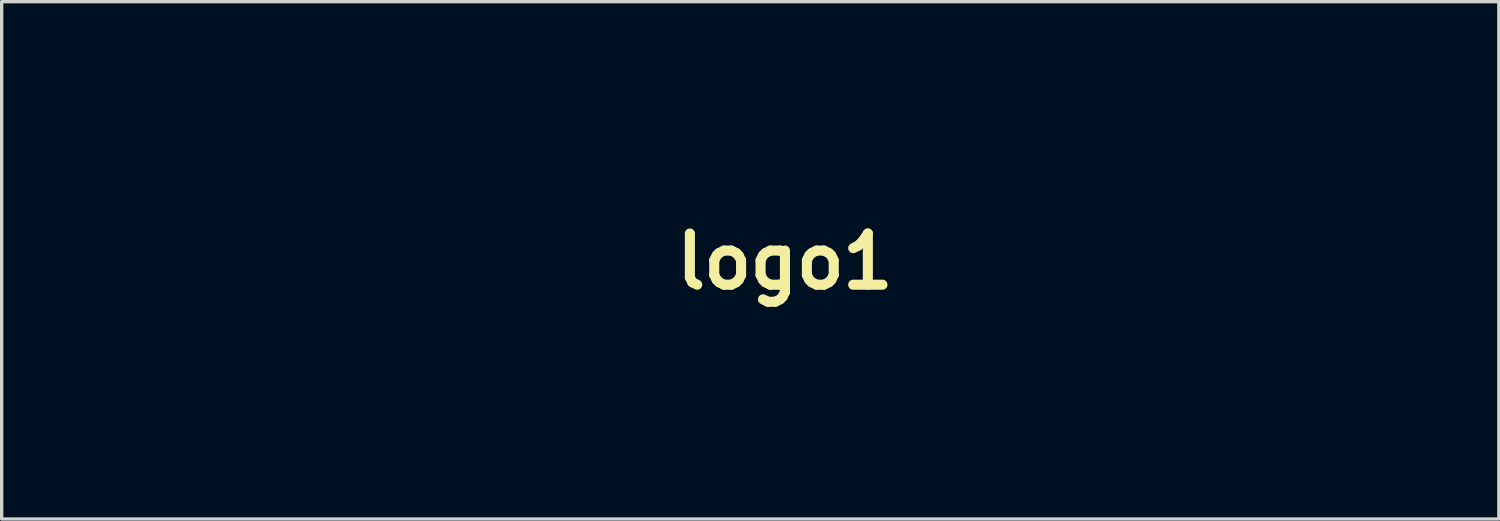
<source format=kicad_pcb>
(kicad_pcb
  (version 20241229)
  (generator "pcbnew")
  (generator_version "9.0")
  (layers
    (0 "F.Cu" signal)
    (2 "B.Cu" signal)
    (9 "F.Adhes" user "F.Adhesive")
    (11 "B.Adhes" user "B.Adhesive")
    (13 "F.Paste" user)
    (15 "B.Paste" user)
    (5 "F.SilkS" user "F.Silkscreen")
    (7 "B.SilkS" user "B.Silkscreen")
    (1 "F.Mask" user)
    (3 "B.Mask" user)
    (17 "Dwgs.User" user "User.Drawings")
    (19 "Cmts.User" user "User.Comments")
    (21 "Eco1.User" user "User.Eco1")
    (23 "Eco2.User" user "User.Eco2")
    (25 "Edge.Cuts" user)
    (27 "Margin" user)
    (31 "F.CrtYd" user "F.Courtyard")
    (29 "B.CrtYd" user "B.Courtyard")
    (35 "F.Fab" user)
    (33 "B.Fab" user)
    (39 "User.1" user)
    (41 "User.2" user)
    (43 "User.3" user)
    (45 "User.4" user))
  (footprint "logo1"
    (layer "F.Cu")
    (at 20.317 4.736)
    (property "Reference" "logo1" (at 0 0 0) (layer "F.SilkS") (effects (font (size 1.524 1.524) (thickness 0.3))))
    (attr through_hole)
    (fp_poly (pts (xy -13.525 -3.385) (xy -12.179 -2.039) (xy -12.373 -1.504) (xy -13.046 -1.5) (xy -13.327 -0.726) (xy -13.608 0.048) (xy -17.293 0.048) (xy -17.406 0.356) (xy -17.43 0.422) (xy -17.452 0.484) (xy -17.472 0.54) (xy -17.489 0.587) (xy -17.503 0.626) (xy -17.513 0.653) (xy -17.517 0.667) (xy -17.518 0.669) (xy -17.51 0.671) (xy -17.489 0.672) (xy -17.454 0.673) (xy -17.409 0.674) (xy -17.354 0.675) (xy -17.291 0.676) (xy -17.223 0.676) (xy -17.185 0.677) (xy -16.853 0.679) (xy -17.573 2.659) (xy -18.294 4.639) (xy -19.303 4.641) (xy -19.428 4.642) (xy -19.549 4.642) (xy -19.664 4.642) (xy -19.773 4.642) (xy -19.875 4.642) (xy -19.968 4.641) (xy -20.052 4.641) (xy -20.126 4.641) (xy -20.189 4.64) (xy -20.24 4.64) (xy -20.278 4.639) (xy -20.303 4.638) (xy -20.312 4.638) (xy -20.312 4.638) (xy -20.309 4.63) (xy -20.301 4.607) (xy -20.289 4.572) (xy -20.271 4.523) (xy -20.249 4.461) (xy -20.222 4.388) (xy -20.192 4.304) (xy -20.157 4.209) (xy -20.119 4.104) (xy -20.078 3.99) (xy -20.033 3.867) (xy -19.986 3.736) (xy -19.935 3.597) (xy -19.882 3.452) (xy -19.827 3.3) (xy -19.77 3.143) (xy -19.711 2.981) (xy -19.65 2.814) (xy -19.603 2.683) (xy -18.893 0.734) (xy -19.226 0.732) (xy -19.56 0.73) (xy -19.555 0.712) (xy -19.552 0.703) (xy -19.543 0.679) (xy -19.53 0.643) (xy -19.512 0.594) (xy -19.49 0.533) (xy -19.465 0.462) (xy -19.435 0.38) (xy -19.402 0.29) (xy -19.367 0.192) (xy -19.328 0.086) (xy -19.287 -0.026) (xy -19.244 -0.144) (xy -19.2 -0.267) (xy -19.154 -0.394) (xy -19.151 -0.401) (xy -18.818 -1.315) (xy -16.796 -1.315) (xy -16.788 -1.314) (xy -16.765 -1.314) (xy -16.728 -1.313) (xy -16.678 -1.313) (xy -16.615 -1.312) (xy -16.54 -1.312) (xy -16.454 -1.311) (xy -16.359 -1.311) (xy -16.254 -1.311) (xy -16.141 -1.31) (xy -16.02 -1.31) (xy -15.893 -1.31) (xy -15.759 -1.31) (xy -15.621 -1.31) (xy -15.504 -1.31) (xy -14.212 -1.31) (xy -14.402 -1.5) (xy -13.641 -1.5) (xy -14.525 -2.385) (xy -14.624 -2.484) (xy -14.72 -2.579) (xy -14.812 -2.671) (xy -14.9 -2.758) (xy -14.983 -2.841) (xy -15.06 -2.918) (xy -15.132 -2.989) (xy -15.197 -3.053) (xy -15.255 -3.109) (xy -15.304 -3.158) (xy -15.346 -3.199) (xy -15.378 -3.23) (xy -15.401 -3.251) (xy -15.413 -3.263) (xy -15.415 -3.264) (xy -15.419 -3.256) (xy -15.427 -3.234) (xy -15.44 -3.199) (xy -15.458 -3.152) (xy -15.479 -3.093) (xy -15.504 -3.025) (xy -15.533 -2.947) (xy -15.565 -2.86) (xy -15.599 -2.766) (xy -15.635 -2.666) (xy -15.674 -2.56) (xy -15.714 -2.449) (xy -15.736 -2.389) (xy -15.777 -2.276) (xy -15.817 -2.168) (xy -15.854 -2.064) (xy -15.89 -1.966) (xy -15.923 -1.876) (xy -15.953 -1.793) (xy -15.98 -1.719) (xy -16.003 -1.654) (xy -16.023 -1.601) (xy -16.038 -1.558) (xy -16.049 -1.529) (xy -16.055 -1.513) (xy -16.056 -1.51) (xy -16.06 -1.508) (xy -16.072 -1.505) (xy -16.092 -1.504) (xy -16.121 -1.502) (xy -16.162 -1.501) (xy -16.214 -1.501) (xy -16.28 -1.5) (xy -16.36 -1.5) (xy -16.395 -1.5) (xy -16.73 -1.5) (xy -16.763 -1.41) (xy -16.776 -1.375) (xy -16.786 -1.345) (xy -16.793 -1.324) (xy -16.796 -1.315) (xy -16.796 -1.315) (xy -18.818 -1.315) (xy -18.752 -1.496) (xy -18.415 -1.5) (xy -18.079 -1.504) (xy -17.495 -3.109) (xy -16.911 -4.715) (xy -16.885 -4.715) (xy -16.868 -4.717) (xy -16.863 -4.722) (xy -16.863 -4.723) (xy -16.856 -4.724) (xy -16.833 -4.725) (xy -16.794 -4.726) (xy -16.74 -4.727) (xy -16.67 -4.728) (xy -16.584 -4.729) (xy -16.482 -4.73) (xy -16.364 -4.73) (xy -16.231 -4.73) (xy -16.082 -4.731) (xy -15.918 -4.731) (xy -15.87 -4.731) (xy -14.871 -4.731) (xy -13.525 -3.385)) (stroke (width 0.01) (type solid)) (fill yes) (layer "F.Mask"))
    (fp_poly (pts (xy -8.964 0.016) (xy -8.845 0.016) (xy -8.74 0.016) (xy -8.648 0.016) (xy -8.569 0.016) (xy -8.501 0.017) (xy -8.443 0.017) (xy -8.395 0.018) (xy -8.357 0.018) (xy -8.326 0.019) (xy -8.302 0.02) (xy -8.284 0.021) (xy -8.272 0.022) (xy -8.264 0.024) (xy -8.26 0.026) (xy -8.258 0.028) (xy -8.258 0.03) (xy -8.262 0.04) (xy -8.27 0.064) (xy -8.283 0.099) (xy -8.299 0.144) (xy -8.319 0.197) (xy -8.341 0.258) (xy -8.365 0.323) (xy -8.377 0.357) (xy -8.491 0.671) (xy -8.159 0.673) (xy -8.088 0.673) (xy -8.022 0.674) (xy -7.963 0.675) (xy -7.913 0.676) (xy -7.872 0.678) (xy -7.844 0.679) (xy -7.828 0.68) (xy -7.826 0.681) (xy -7.829 0.689) (xy -7.837 0.711) (xy -7.85 0.746) (xy -7.867 0.794) (xy -7.888 0.854) (xy -7.914 0.925) (xy -7.943 1.005) (xy -7.976 1.095) (xy -8.011 1.194) (xy -8.05 1.3) (xy -8.091 1.413) (xy -8.134 1.532) (xy -8.18 1.657) (xy -8.227 1.786) (xy -8.255 1.864) (xy -8.303 1.995) (xy -8.349 2.123) (xy -8.394 2.245) (xy -8.436 2.362) (xy -8.476 2.473) (xy -8.514 2.576) (xy -8.548 2.671) (xy -8.579 2.758) (xy -8.607 2.834) (xy -8.631 2.901) (xy -8.651 2.956) (xy -8.666 2.999) (xy -8.677 3.029) (xy -8.683 3.046) (xy -8.684 3.049) (xy -8.676 3.05) (xy -8.653 3.051) (xy -8.616 3.052) (xy -8.566 3.054) (xy -8.504 3.055) (xy -8.43 3.055) (xy -8.345 3.056) (xy -8.251 3.057) (xy -8.148 3.058) (xy -8.074 3.058) (xy -7.463 3.06) (xy -7.751 3.85) (xy -8.038 4.639) (xy -11.167 4.641) (xy -11.389 4.642) (xy -11.606 4.642) (xy -11.82 4.642) (xy -12.028 4.642) (xy -12.23 4.642) (xy -12.427 4.642) (xy -12.616 4.642) (xy -12.798 4.642) (xy -12.973 4.642) (xy -13.139 4.642) (xy -13.296 4.642) (xy -13.444 4.642) (xy -13.582 4.642) (xy -13.709 4.642) (xy -13.826 4.642) (xy -13.93 4.642) (xy -14.023 4.642) (xy -14.103 4.642) (xy -14.17 4.642) (xy -14.223 4.642) (xy -14.262 4.642) (xy -14.286 4.642) (xy -14.295 4.641) (xy -14.295 4.641) (xy -14.293 4.634) (xy -14.285 4.612) (xy -14.272 4.577) (xy -14.254 4.528) (xy -14.232 4.467) (xy -14.206 4.394) (xy -14.175 4.31) (xy -14.141 4.215) (xy -14.103 4.111) (xy -14.061 3.997) (xy -14.017 3.874) (xy -13.969 3.743) (xy -13.919 3.605) (xy -13.866 3.46) (xy -13.811 3.308) (xy -13.754 3.151) (xy -13.695 2.989) (xy -13.634 2.822) (xy -13.585 2.688) (xy -13.523 2.518) (xy -13.463 2.353) (xy -13.404 2.191) (xy -13.348 2.035) (xy -13.293 1.885) (xy -13.241 1.741) (xy -13.191 1.604) (xy -13.144 1.475) (xy -13.1 1.354) (xy -13.059 1.242) (xy -13.022 1.139) (xy -12.988 1.047) (xy -12.958 0.965) (xy -12.933 0.894) (xy -12.912 0.836) (xy -12.895 0.79) (xy -12.883 0.757) (xy -12.876 0.738) (xy -12.875 0.733) (xy -12.882 0.733) (xy -12.904 0.732) (xy -12.939 0.732) (xy -12.984 0.731) (xy -13.039 0.731) (xy -13.101 0.73) (xy -13.17 0.73) (xy -13.209 0.73) (xy -13.293 0.73) (xy -13.363 0.73) (xy -13.42 0.729) (xy -13.464 0.729) (xy -13.496 0.727) (xy -13.519 0.726) (xy -13.533 0.724) (xy -13.539 0.722) (xy -13.539 0.72) (xy -13.536 0.711) (xy -13.528 0.688) (xy -13.515 0.654) (xy -13.499 0.609) (xy -13.479 0.555) (xy -13.457 0.494) (xy -13.433 0.427) (xy -13.409 0.363) (xy -13.283 0.016) (xy -12.439 0.016) (xy -12.305 0.016) (xy -12.186 0.016) (xy -12.081 0.016) (xy -11.989 0.016) (xy -11.909 0.016) (xy -11.841 0.017) (xy -11.784 0.017) (xy -11.736 0.018) (xy -11.697 0.018) (xy -11.666 0.019) (xy -11.643 0.02) (xy -11.625 0.021) (xy -11.613 0.022) (xy -11.605 0.024) (xy -11.6 0.026) (xy -11.599 0.028) (xy -11.599 0.03) (xy -11.602 0.04) (xy -11.611 0.063) (xy -11.623 0.099) (xy -11.64 0.144) (xy -11.659 0.198) (xy -11.681 0.26) (xy -11.706 0.327) (xy -11.727 0.384) (xy -11.752 0.454) (xy -11.776 0.519) (xy -11.797 0.578) (xy -11.816 0.629) (xy -11.831 0.671) (xy -11.842 0.702) (xy -11.849 0.722) (xy -11.851 0.727) (xy -11.843 0.728) (xy -11.821 0.728) (xy -11.787 0.729) (xy -11.741 0.729) (xy -11.686 0.73) (xy -11.624 0.73) (xy -11.555 0.73) (xy -11.516 0.73) (xy -11.435 0.73) (xy -11.367 0.73) (xy -11.313 0.731) (xy -11.271 0.731) (xy -11.239 0.732) (xy -11.216 0.733) (xy -11.201 0.735) (xy -11.192 0.737) (xy -11.188 0.739) (xy -11.187 0.742) (xy -11.187 0.744) (xy -11.192 0.755) (xy -11.201 0.781) (xy -11.215 0.819) (xy -11.233 0.87) (xy -11.256 0.93) (xy -11.281 1.001) (xy -11.31 1.08) (xy -11.342 1.167) (xy -11.376 1.261) (xy -11.412 1.36) (xy -11.45 1.465) (xy -11.49 1.573) (xy -11.53 1.684) (xy -11.571 1.796) (xy -11.612 1.91) (xy -11.654 2.023) (xy -11.694 2.136) (xy -11.734 2.246) (xy -11.773 2.353) (xy -11.811 2.456) (xy -11.846 2.554) (xy -11.88 2.646) (xy -11.91 2.73) (xy -11.938 2.807) (xy -11.963 2.874) (xy -11.984 2.932) (xy -12 2.979) (xy -12.013 3.013) (xy -12.021 3.035) (xy -12.023 3.042) (xy -12.023 3.044) (xy -12.021 3.046) (xy -12.017 3.048) (xy -12.008 3.05) (xy -11.996 3.051) (xy -11.977 3.052) (xy -11.953 3.053) (xy -11.921 3.054) (xy -11.881 3.054) (xy -11.831 3.055) (xy -11.773 3.055) (xy -11.703 3.055) (xy -11.621 3.056) (xy -11.527 3.056) (xy -11.42 3.056) (xy -11.298 3.056) (xy -11.203 3.056) (xy -10.378 3.056) (xy -9.958 1.9) (xy -9.91 1.77) (xy -9.864 1.644) (xy -9.82 1.523) (xy -9.778 1.407) (xy -9.738 1.298) (xy -9.701 1.196) (xy -9.667 1.102) (xy -9.636 1.017) (xy -9.609 0.942) (xy -9.585 0.877) (xy -9.566 0.824) (xy -9.551 0.782) (xy -9.54 0.754) (xy -9.535 0.739) (xy -9.534 0.737) (xy -9.541 0.736) (xy -9.563 0.734) (xy -9.598 0.733) (xy -9.646 0.732) (xy -9.705 0.731) (xy -9.773 0.73) (xy -9.85 0.73) (xy -9.867 0.73) (xy -9.951 0.73) (xy -10.021 0.73) (xy -10.078 0.729) (xy -10.122 0.729) (xy -10.155 0.727) (xy -10.177 0.726) (xy -10.191 0.724) (xy -10.197 0.722) (xy -10.198 0.72) (xy -10.195 0.711) (xy -10.186 0.688) (xy -10.174 0.654) (xy -10.158 0.609) (xy -10.138 0.555) (xy -10.116 0.494) (xy -10.092 0.427) (xy -10.069 0.363) (xy -9.943 0.016) (xy -9.098 0.016) (xy -8.964 0.016)) (stroke (width 0.01) (type solid)) (fill yes) (layer "F.Mask"))
    (fp_poly (pts (xy -2.752 -4.714) (xy -2.671 -4.713) (xy -2.601 -4.713) (xy -2.542 -4.713) (xy -2.492 -4.712) (xy -2.451 -4.712) (xy -2.417 -4.711) (xy -2.391 -4.71) (xy -2.372 -4.709) (xy -2.358 -4.708) (xy -2.349 -4.707) (xy -2.344 -4.705) (xy -2.342 -4.703) (xy -2.342 -4.703) (xy -2.345 -4.686) (xy -2.35 -4.677) (xy -2.353 -4.668) (xy -2.362 -4.645) (xy -2.375 -4.609) (xy -2.394 -4.56) (xy -2.416 -4.498) (xy -2.443 -4.425) (xy -2.474 -4.342) (xy -2.508 -4.248) (xy -2.546 -4.145) (xy -2.586 -4.033) (xy -2.63 -3.914) (xy -2.676 -3.787) (xy -2.725 -3.653) (xy -2.776 -3.514) (xy -2.829 -3.369) (xy -2.883 -3.22) (xy -2.932 -3.084) (xy -3.507 -1.504) (xy -3.843 -1.502) (xy -4.179 -1.5) (xy -4.571 -0.423) (xy -4.617 -0.297) (xy -4.661 -0.175) (xy -4.704 -0.058) (xy -4.744 0.053) (xy -4.782 0.157) (xy -4.817 0.255) (xy -4.85 0.343) (xy -4.879 0.423) (xy -4.904 0.493) (xy -4.926 0.553) (xy -4.943 0.6) (xy -4.956 0.635) (xy -4.964 0.657) (xy -4.967 0.665) (xy -4.965 0.668) (xy -4.956 0.671) (xy -4.937 0.673) (xy -4.907 0.673) (xy -4.865 0.673) (xy -4.814 0.673) (xy -4.658 0.671) (xy -4.571 0.433) (xy -4.548 0.369) (xy -4.525 0.306) (xy -4.504 0.246) (xy -4.484 0.192) (xy -4.467 0.147) (xy -4.455 0.112) (xy -4.452 0.105) (xy -4.419 0.016) (xy -3.574 0.016) (xy -3.44 0.016) (xy -3.321 0.016) (xy -3.215 0.016) (xy -3.124 0.016) (xy -3.044 0.016) (xy -2.976 0.017) (xy -2.918 0.017) (xy -2.871 0.018) (xy -2.832 0.018) (xy -2.801 0.019) (xy -2.777 0.02) (xy -2.76 0.021) (xy -2.747 0.022) (xy -2.74 0.024) (xy -2.735 0.026) (xy -2.734 0.028) (xy -2.734 0.03) (xy -2.738 0.04) (xy -2.747 0.064) (xy -2.76 0.099) (xy -2.776 0.144) (xy -2.796 0.197) (xy -2.817 0.257) (xy -2.841 0.322) (xy -2.85 0.345) (xy -2.874 0.411) (xy -2.896 0.473) (xy -2.917 0.529) (xy -2.934 0.577) (xy -2.948 0.616) (xy -2.958 0.644) (xy -2.964 0.659) (xy -2.965 0.661) (xy -2.965 0.664) (xy -2.963 0.667) (xy -2.957 0.669) (xy -2.946 0.671) (xy -2.927 0.672) (xy -2.901 0.673) (xy -2.865 0.674) (xy -2.818 0.674) (xy -2.758 0.675) (xy -2.685 0.675) (xy -2.636 0.675) (xy -2.565 0.675) (xy -2.499 0.675) (xy -2.44 0.675) (xy -2.389 0.676) (xy -2.349 0.677) (xy -2.32 0.678) (xy -2.304 0.678) (xy -2.302 0.679) (xy -2.305 0.686) (xy -2.312 0.708) (xy -2.325 0.743) (xy -2.342 0.789) (xy -2.362 0.847) (xy -2.387 0.914) (xy -2.415 0.991) (xy -2.446 1.076) (xy -2.479 1.168) (xy -2.515 1.266) (xy -2.552 1.37) (xy -2.591 1.477) (xy -2.632 1.588) (xy -2.673 1.701) (xy -2.714 1.816) (xy -2.756 1.931) (xy -2.798 2.045) (xy -2.839 2.158) (xy -2.879 2.268) (xy -2.918 2.374) (xy -2.955 2.476) (xy -2.99 2.573) (xy -3.023 2.663) (xy -3.053 2.746) (xy -3.08 2.82) (xy -3.104 2.885) (xy -3.124 2.939) (xy -3.139 2.983) (xy -3.151 3.014) (xy -3.157 3.032) (xy -3.158 3.034) (xy -3.167 3.056) (xy -2.34 3.054) (xy -1.514 3.052) (xy -1.091 1.891) (xy -0.669 0.73) (xy -1.34 0.73) (xy -1.21 0.377) (xy -1.184 0.305) (xy -1.16 0.239) (xy -1.138 0.178) (xy -1.118 0.126) (xy -1.102 0.082) (xy -1.089 0.048) (xy -1.081 0.027) (xy -1.078 0.019) (xy -1.069 0.019) (xy -1.046 0.019) (xy -1.009 0.018) (xy -0.96 0.018) (xy -0.898 0.018) (xy -0.826 0.017) (xy -0.745 0.017) (xy -0.654 0.017) (xy -0.556 0.017) (xy -0.452 0.017) (xy -0.342 0.018) (xy -0.233 0.018) (xy 0.609 0.02) (xy 0.495 0.333) (xy 0.47 0.401) (xy 0.448 0.464) (xy 0.427 0.521) (xy 0.409 0.571) (xy 0.394 0.611) (xy 0.384 0.64) (xy 0.378 0.657) (xy 0.376 0.661) (xy 0.376 0.664) (xy 0.378 0.667) (xy 0.385 0.669) (xy 0.397 0.671) (xy 0.415 0.672) (xy 0.442 0.673) (xy 0.478 0.674) (xy 0.525 0.674) (xy 0.585 0.675) (xy 0.658 0.675) (xy 0.706 0.675) (xy 0.777 0.675) (xy 0.843 0.675) (xy 0.902 0.675) (xy 0.953 0.675) (xy 0.993 0.676) (xy 1.022 0.676) (xy 1.038 0.677) (xy 1.04 0.677) (xy 1.037 0.685) (xy 1.029 0.706) (xy 1.017 0.741) (xy 0.999 0.789) (xy 0.978 0.848) (xy 0.952 0.919) (xy 0.923 0.999) (xy 0.891 1.089) (xy 0.855 1.187) (xy 0.816 1.293) (xy 0.775 1.406) (xy 0.732 1.526) (xy 0.686 1.65) (xy 0.639 1.779) (xy 0.608 1.866) (xy 0.176 3.052) (xy 0.787 3.054) (xy 0.89 3.054) (xy 0.987 3.055) (xy 1.076 3.056) (xy 1.156 3.057) (xy 1.227 3.058) (xy 1.287 3.059) (xy 1.335 3.06) (xy 1.37 3.061) (xy 1.391 3.062) (xy 1.397 3.063) (xy 1.394 3.071) (xy 1.387 3.093) (xy 1.375 3.127) (xy 1.358 3.172) (xy 1.338 3.228) (xy 1.315 3.293) (xy 1.289 3.365) (xy 1.26 3.444) (xy 1.23 3.528) (xy 1.198 3.616) (xy 1.165 3.708) (xy 1.131 3.801) (xy 1.097 3.894) (xy 1.063 3.987) (xy 1.03 4.078) (xy 0.998 4.166) (xy 0.968 4.25) (xy 0.939 4.328) (xy 0.913 4.4) (xy 0.89 4.463) (xy 0.87 4.518) (xy 0.853 4.563) (xy 0.841 4.596) (xy 0.836 4.61) (xy 0.823 4.643) (xy -2.304 4.643) (xy -2.569 4.643) (xy -2.819 4.643) (xy -3.054 4.643) (xy -3.275 4.643) (xy -3.481 4.643) (xy -3.674 4.643) (xy -3.854 4.643) (xy -4.021 4.643) (xy -4.176 4.643) (xy -4.319 4.643) (xy -4.451 4.643) (xy -4.572 4.643) (xy -4.683 4.642) (xy -4.783 4.642) (xy -4.875 4.642) (xy -4.957 4.642) (xy -5.031 4.641) (xy -5.097 4.641) (xy -5.155 4.64) (xy -5.206 4.64) (xy -5.25 4.639) (xy -5.288 4.639) (xy -5.321 4.638) (xy -5.348 4.638) (xy -5.37 4.637) (xy -5.387 4.636) (xy -5.401 4.635) (xy -5.412 4.634) (xy -5.419 4.634) (xy -5.424 4.633) (xy -5.426 4.631) (xy -5.427 4.63) (xy -5.427 4.63) (xy -5.424 4.621) (xy -5.416 4.598) (xy -5.403 4.562) (xy -5.385 4.512) (xy -5.362 4.45) (xy -5.336 4.376) (xy -5.305 4.291) (xy -5.27 4.196) (xy -5.232 4.091) (xy -5.19 3.976) (xy -5.146 3.853) (xy -5.098 3.722) (xy -5.048 3.584) (xy -4.995 3.438) (xy -4.94 3.287) (xy -4.883 3.13) (xy -4.824 2.969) (xy -4.763 2.803) (xy -4.727 2.703) (xy -4.666 2.534) (xy -4.606 2.37) (xy -4.547 2.21) (xy -4.491 2.055) (xy -4.437 1.905) (xy -4.384 1.762) (xy -4.335 1.625) (xy -4.288 1.497) (xy -4.244 1.376) (xy -4.203 1.264) (xy -4.166 1.162) (xy -4.132 1.07) (xy -4.103 0.988) (xy -4.077 0.918) (xy -4.056 0.86) (xy -4.04 0.814) (xy -4.028 0.782) (xy -4.021 0.764) (xy -4.02 0.76) (xy -4.009 0.73) (xy -4.165 0.732) (xy -4.321 0.734) (xy -5.032 2.687) (xy -5.743 4.639) (xy -6.753 4.641) (xy -6.878 4.642) (xy -6.999 4.642) (xy -7.114 4.642) (xy -7.223 4.642) (xy -7.325 4.642) (xy -7.418 4.642) (xy -7.503 4.642) (xy -7.577 4.642) (xy -7.64 4.642) (xy -7.691 4.642) (xy -7.729 4.641) (xy -7.753 4.641) (xy -7.763 4.641) (xy -7.763 4.641) (xy -7.76 4.633) (xy -7.752 4.611) (xy -7.739 4.575) (xy -7.722 4.527) (xy -7.7 4.466) (xy -7.673 4.393) (xy -7.643 4.309) (xy -7.608 4.214) (xy -7.57 4.109) (xy -7.529 3.995) (xy -7.484 3.873) (xy -7.437 3.742) (xy -7.386 3.603) (xy -7.333 3.458) (xy -7.278 3.307) (xy -7.221 3.149) (xy -7.162 2.987) (xy -7.101 2.821) (xy -7.052 2.686) (xy -6.991 2.516) (xy -6.93 2.351) (xy -6.872 2.19) (xy -6.815 2.034) (xy -6.76 1.883) (xy -6.708 1.74) (xy -6.658 1.603) (xy -6.611 1.474) (xy -6.567 1.353) (xy -6.527 1.241) (xy -6.489 1.138) (xy -6.456 1.045) (xy -6.426 0.964) (xy -6.4 0.893) (xy -6.379 0.835) (xy -6.362 0.789) (xy -6.351 0.756) (xy -6.344 0.737) (xy -6.342 0.732) (xy -6.35 0.732) (xy -6.372 0.731) (xy -6.406 0.731) (xy -6.452 0.731) (xy -6.506 0.731) (xy -6.569 0.73) (xy -6.637 0.73) (xy -6.676 0.73) (xy -6.757 0.73) (xy -6.825 0.73) (xy -6.878 0.73) (xy -6.921 0.729) (xy -6.953 0.729) (xy -6.976 0.727) (xy -6.991 0.726) (xy -7 0.724) (xy -7.005 0.722) (xy -7.006 0.718) (xy -7.005 0.716) (xy -7.002 0.707) (xy -6.994 0.683) (xy -6.981 0.647) (xy -6.963 0.598) (xy -6.941 0.538) (xy -6.915 0.467) (xy -6.886 0.386) (xy -6.853 0.296) (xy -6.817 0.198) (xy -6.779 0.092) (xy -6.738 -0.02) (xy -6.695 -0.138) (xy -6.651 -0.26) (xy -6.604 -0.387) (xy -6.601 -0.398) (xy -6.201 -1.496) (xy -5.528 -1.5) (xy -4.944 -3.106) (xy -4.36 -4.711) (xy -3.351 -4.713) (xy -3.203 -4.713) (xy -3.069 -4.713) (xy -2.95 -4.714) (xy -2.845 -4.714) (xy -2.752 -4.714)) (stroke (width 0.01) (type solid)) (fill yes) (layer "F.Mask"))
    (fp_poly (pts (xy 4.817 -0.058) (xy 5.015 -0.057) (xy 5.209 -0.057) (xy 5.398 -0.057) (xy 5.582 -0.057) (xy 5.76 -0.056) (xy 5.932 -0.056) (xy 6.096 -0.056) (xy 6.253 -0.056) (xy 6.401 -0.055) (xy 6.541 -0.055) (xy 6.671 -0.055) (xy 6.791 -0.055) (xy 6.9 -0.054) (xy 6.998 -0.054) (xy 7.084 -0.054) (xy 7.157 -0.053) (xy 7.217 -0.053) (xy 7.264 -0.053) (xy 7.296 -0.052) (xy 7.314 -0.052) (xy 7.317 -0.052) (xy 7.315 -0.044) (xy 7.308 -0.022) (xy 7.296 0.013) (xy 7.28 0.06) (xy 7.259 0.117) (xy 7.235 0.184) (xy 7.208 0.261) (xy 7.177 0.345) (xy 7.144 0.436) (xy 7.109 0.532) (xy 7.079 0.613) (xy 7.057 0.675) (xy 7.347 0.675) (xy 7.465 0.348) (xy 7.49 0.28) (xy 7.514 0.216) (xy 7.535 0.159) (xy 7.554 0.109) (xy 7.57 0.069) (xy 7.582 0.04) (xy 7.59 0.023) (xy 7.592 0.019) (xy 7.6 0.019) (xy 7.624 0.018) (xy 7.663 0.018) (xy 7.715 0.018) (xy 7.781 0.018) (xy 7.86 0.018) (xy 7.951 0.018) (xy 8.054 0.017) (xy 8.168 0.017) (xy 8.292 0.017) (xy 8.426 0.017) (xy 8.57 0.017) (xy 8.722 0.017) (xy 8.882 0.017) (xy 9.05 0.017) (xy 9.224 0.017) (xy 9.405 0.017) (xy 9.592 0.017) (xy 9.783 0.018) (xy 9.979 0.018) (xy 10.106 0.018) (xy 12.611 0.02) (xy 12.493 0.345) (xy 12.468 0.413) (xy 12.445 0.477) (xy 12.424 0.534) (xy 12.407 0.583) (xy 12.392 0.623) (xy 12.382 0.652) (xy 12.376 0.669) (xy 12.375 0.673) (xy 12.382 0.673) (xy 12.403 0.674) (xy 12.436 0.674) (xy 12.477 0.675) (xy 12.524 0.675) (xy 12.539 0.675) (xy 12.704 0.675) (xy 12.942 0.02) (xy 13.786 0.018) (xy 13.921 0.018) (xy 14.046 0.017) (xy 14.161 0.018) (xy 14.265 0.018) (xy 14.357 0.018) (xy 14.436 0.019) (xy 14.503 0.019) (xy 14.556 0.02) (xy 14.595 0.021) (xy 14.62 0.022) (xy 14.629 0.023) (xy 14.629 0.023) (xy 14.626 0.032) (xy 14.619 0.054) (xy 14.607 0.088) (xy 14.591 0.132) (xy 14.572 0.185) (xy 14.551 0.244) (xy 14.527 0.309) (xy 14.514 0.345) (xy 14.489 0.413) (xy 14.466 0.475) (xy 14.446 0.532) (xy 14.429 0.58) (xy 14.415 0.62) (xy 14.405 0.648) (xy 14.399 0.664) (xy 14.399 0.667) (xy 14.406 0.669) (xy 14.428 0.671) (xy 14.464 0.672) (xy 14.51 0.674) (xy 14.567 0.675) (xy 14.633 0.676) (xy 14.706 0.676) (xy 14.731 0.677) (xy 15.063 0.679) (xy 14.775 1.468) (xy 14.736 1.576) (xy 14.699 1.679) (xy 14.663 1.776) (xy 14.63 1.868) (xy 14.6 1.952) (xy 14.572 2.029) (xy 14.548 2.096) (xy 14.528 2.153) (xy 14.511 2.199) (xy 14.499 2.233) (xy 14.492 2.254) (xy 14.49 2.261) (xy 14.497 2.257) (xy 14.517 2.246) (xy 14.549 2.227) (xy 14.593 2.202) (xy 14.649 2.17) (xy 14.714 2.132) (xy 14.79 2.089) (xy 14.874 2.04) (xy 14.967 1.987) (xy 15.068 1.929) (xy 15.176 1.867) (xy 15.29 1.801) (xy 15.41 1.731) (xy 15.535 1.659) (xy 15.665 1.584) (xy 15.798 1.507) (xy 15.813 1.499) (xy 17.134 0.734) (xy 16.567 0.726) (xy 17.068 0.437) (xy 17.187 0.368) (xy 17.292 0.307) (xy 17.385 0.253) (xy 17.467 0.206) (xy 17.538 0.165) (xy 17.599 0.13) (xy 17.651 0.1) (xy 17.694 0.075) (xy 17.73 0.055) (xy 17.759 0.038) (xy 17.782 0.026) (xy 17.799 0.016) (xy 17.812 0.009) (xy 17.82 0.005) (xy 17.826 0.002) (xy 17.829 0.001) (xy 17.831 0.001) (xy 17.832 0.002) (xy 17.83 0.01) (xy 17.823 0.031) (xy 17.811 0.064) (xy 17.795 0.107) (xy 17.776 0.159) (xy 17.753 0.219) (xy 17.729 0.284) (xy 17.709 0.337) (xy 17.682 0.405) (xy 17.658 0.469) (xy 17.636 0.527) (xy 17.617 0.577) (xy 17.601 0.618) (xy 17.59 0.648) (xy 17.583 0.667) (xy 17.582 0.671) (xy 17.589 0.672) (xy 17.611 0.673) (xy 17.646 0.674) (xy 17.691 0.674) (xy 17.746 0.675) (xy 17.808 0.676) (xy 17.877 0.676) (xy 17.914 0.677) (xy 18.247 0.679) (xy 18.084 1.104) (xy 17.922 1.529) (xy 15.915 2.69) (xy 13.908 3.85) (xy 13.767 4.238) (xy 13.74 4.313) (xy 13.714 4.384) (xy 13.691 4.448) (xy 13.67 4.506) (xy 13.652 4.554) (xy 13.637 4.593) (xy 13.627 4.619) (xy 13.622 4.633) (xy 13.621 4.635) (xy 13.615 4.636) (xy 13.597 4.638) (xy 13.567 4.639) (xy 13.525 4.64) (xy 13.471 4.641) (xy 13.403 4.641) (xy 13.322 4.642) (xy 13.227 4.642) (xy 13.118 4.642) (xy 12.994 4.642) (xy 12.854 4.642) (xy 12.774 4.641) (xy 11.931 4.639) (xy 12.641 2.691) (xy 12.703 2.521) (xy 12.763 2.356) (xy 12.784 2.298) (xy 14.47 2.298) (xy 14.474 2.302) (xy 14.478 2.298) (xy 14.474 2.294) (xy 14.47 2.298) (xy 12.784 2.298) (xy 12.822 2.195) (xy 12.878 2.039) (xy 12.933 1.888) (xy 12.985 1.744) (xy 13.035 1.608) (xy 13.082 1.478) (xy 13.126 1.357) (xy 13.167 1.245) (xy 13.204 1.142) (xy 13.238 1.05) (xy 13.267 0.968) (xy 13.293 0.897) (xy 13.314 0.839) (xy 13.331 0.793) (xy 13.342 0.76) (xy 13.349 0.741) (xy 13.351 0.736) (xy 13.343 0.734) (xy 13.322 0.733) (xy 13.29 0.732) (xy 13.249 0.732) (xy 13.201 0.732) (xy 13.186 0.732) (xy 13.022 0.734) (xy 12.878 1.13) (xy 12.85 1.206) (xy 12.824 1.277) (xy 12.8 1.342) (xy 12.778 1.399) (xy 12.759 1.448) (xy 12.744 1.487) (xy 12.733 1.515) (xy 12.727 1.529) (xy 12.726 1.531) (xy 12.718 1.536) (xy 12.699 1.55) (xy 12.668 1.571) (xy 12.626 1.601) (xy 12.573 1.638) (xy 12.511 1.681) (xy 12.44 1.731) (xy 12.361 1.786) (xy 12.274 1.847) (xy 12.181 1.913) (xy 12.081 1.983) (xy 11.976 2.057) (xy 11.866 2.134) (xy 11.752 2.214) (xy 11.637 2.294) (xy 10.557 3.052) (xy 11.351 3.054) (xy 11.485 3.054) (xy 11.605 3.055) (xy 11.71 3.055) (xy 11.802 3.056) (xy 11.881 3.056) (xy 11.948 3.057) (xy 12.004 3.058) (xy 12.049 3.059) (xy 12.084 3.06) (xy 12.111 3.061) (xy 12.129 3.062) (xy 12.14 3.064) (xy 12.144 3.066) (xy 12.144 3.066) (xy 12.141 3.075) (xy 12.134 3.097) (xy 12.121 3.133) (xy 12.104 3.18) (xy 12.083 3.238) (xy 12.059 3.307) (xy 12.031 3.384) (xy 12 3.469) (xy 11.967 3.562) (xy 11.931 3.66) (xy 11.893 3.763) (xy 11.859 3.858) (xy 11.574 4.639) (xy 9.929 4.641) (xy 9.714 4.642) (xy 9.513 4.642) (xy 9.327 4.643) (xy 9.156 4.643) (xy 9 4.644) (xy 8.858 4.644) (xy 8.732 4.645) (xy 8.621 4.645) (xy 8.525 4.646) (xy 8.445 4.647) (xy 8.38 4.648) (xy 8.331 4.649) (xy 8.297 4.65) (xy 8.279 4.651) (xy 8.276 4.651) (xy 8.263 4.659) (xy 8.256 4.655) (xy 8.255 4.651) (xy 8.247 4.65) (xy 8.223 4.649) (xy 8.184 4.647) (xy 8.13 4.646) (xy 8.06 4.645) (xy 7.974 4.644) (xy 7.874 4.643) (xy 7.759 4.643) (xy 7.63 4.642) (xy 7.485 4.642) (xy 7.414 4.641) (xy 6.574 4.639) (xy 7.164 3.019) (xy 8.857 3.019) (xy 8.86 3.019) (xy 8.868 3.014) (xy 8.887 3) (xy 8.919 2.978) (xy 8.961 2.949) (xy 9.014 2.912) (xy 9.076 2.869) (xy 9.147 2.82) (xy 9.227 2.765) (xy 9.313 2.704) (xy 9.407 2.639) (xy 9.506 2.57) (xy 9.611 2.497) (xy 9.72 2.421) (xy 9.834 2.342) (xy 9.918 2.283) (xy 10.034 2.203) (xy 10.146 2.124) (xy 10.255 2.049) (xy 10.358 1.976) (xy 10.456 1.908) (xy 10.548 1.844) (xy 10.633 1.785) (xy 10.71 1.731) (xy 10.779 1.683) (xy 10.838 1.641) (xy 10.888 1.606) (xy 10.928 1.578) (xy 10.956 1.558) (xy 10.973 1.546) (xy 10.977 1.543) (xy 10.977 1.541) (xy 10.973 1.539) (xy 10.963 1.538) (xy 10.946 1.537) (xy 10.922 1.536) (xy 10.891 1.535) (xy 10.851 1.534) (xy 10.8 1.533) (xy 10.74 1.533) (xy 10.668 1.533) (xy 10.584 1.532) (xy 10.487 1.532) (xy 10.376 1.532) (xy 10.25 1.532) (xy 10.191 1.532) (xy 9.394 1.532) (xy 9.138 2.236) (xy 9.101 2.339) (xy 9.065 2.437) (xy 9.031 2.531) (xy 8.999 2.62) (xy 8.969 2.701) (xy 8.942 2.774) (xy 8.919 2.838) (xy 8.899 2.892) (xy 8.884 2.935) (xy 8.873 2.965) (xy 8.867 2.981) (xy 8.866 2.983) (xy 8.858 3.008) (xy 8.857 3.019) (xy 7.164 3.019) (xy 7.283 2.691) (xy 7.345 2.521) (xy 7.405 2.356) (xy 7.464 2.195) (xy 7.52 2.039) (xy 7.575 1.888) (xy 7.627 1.744) (xy 7.677 1.608) (xy 7.724 1.478) (xy 7.768 1.357) (xy 7.809 1.245) (xy 7.846 1.142) (xy 7.88 1.05) (xy 7.909 0.968) (xy 7.935 0.897) (xy 7.956 0.839) (xy 7.973 0.793) (xy 7.984 0.76) (xy 7.991 0.741) (xy 7.993 0.736) (xy 7.985 0.734) (xy 7.965 0.733) (xy 7.933 0.732) (xy 7.893 0.732) (xy 7.849 0.732) (xy 7.706 0.734) (xy 7.573 1.099) (xy 7.44 1.464) (xy 6.174 1.468) (xy 4.907 1.472) (xy 5.831 2.258) (xy 5.936 2.347) (xy 6.038 2.434) (xy 6.136 2.517) (xy 6.229 2.596) (xy 6.318 2.671) (xy 6.4 2.741) (xy 6.476 2.805) (xy 6.545 2.863) (xy 6.606 2.915) (xy 6.658 2.959) (xy 6.702 2.995) (xy 6.735 3.023) (xy 6.758 3.042) (xy 6.77 3.051) (xy 6.771 3.052) (xy 6.783 3.061) (xy 6.787 3.066) (xy 6.784 3.075) (xy 6.776 3.097) (xy 6.764 3.131) (xy 6.748 3.177) (xy 6.728 3.233) (xy 6.704 3.298) (xy 6.678 3.371) (xy 6.649 3.45) (xy 6.619 3.534) (xy 6.587 3.623) (xy 6.553 3.714) (xy 6.52 3.808) (xy 6.485 3.902) (xy 6.452 3.995) (xy 6.418 4.086) (xy 6.386 4.174) (xy 6.356 4.258) (xy 6.327 4.337) (xy 6.301 4.409) (xy 6.277 4.473) (xy 6.257 4.528) (xy 6.24 4.573) (xy 6.228 4.606) (xy 6.22 4.627) (xy 6.217 4.634) (xy 6.214 4.635) (xy 6.205 4.636) (xy 6.191 4.636) (xy 6.17 4.637) (xy 6.142 4.638) (xy 6.107 4.639) (xy 6.064 4.639) (xy 6.014 4.64) (xy 5.954 4.64) (xy 5.885 4.641) (xy 5.807 4.641) (xy 5.719 4.642) (xy 5.621 4.642) (xy 5.511 4.642) (xy 5.39 4.643) (xy 5.258 4.643) (xy 5.113 4.643) (xy 4.955 4.643) (xy 4.785 4.643) (xy 4.6 4.643) (xy 4.402 4.644) (xy 4.189 4.644) (xy 3.961 4.644) (xy 3.719 4.644) (xy 3.521 4.644) (xy 3.328 4.644) (xy 3.139 4.643) (xy 2.955 4.643) (xy 2.777 4.643) (xy 2.606 4.643) (xy 2.441 4.643) (xy 2.285 4.643) (xy 2.137 4.643) (xy 1.997 4.642) (xy 1.868 4.642) (xy 1.748 4.642) (xy 1.639 4.642) (xy 1.541 4.642) (xy 1.456 4.641) (xy 1.382 4.641) (xy 1.322 4.641) (xy 1.276 4.641) (xy 1.244 4.64) (xy 1.227 4.64) (xy 1.224 4.64) (xy 1.226 4.632) (xy 1.234 4.611) (xy 1.246 4.577) (xy 1.262 4.532) (xy 1.281 4.476) (xy 1.304 4.412) (xy 1.33 4.339) (xy 1.359 4.26) (xy 1.389 4.176) (xy 1.421 4.087) (xy 1.454 3.995) (xy 1.488 3.901) (xy 1.522 3.806) (xy 1.557 3.711) (xy 1.59 3.618) (xy 1.623 3.528) (xy 1.654 3.442) (xy 1.684 3.361) (xy 1.711 3.286) (xy 1.736 3.219) (xy 1.757 3.16) (xy 1.775 3.111) (xy 1.789 3.073) (xy 1.792 3.066) (xy 1.795 3.065) (xy 1.805 3.063) (xy 1.822 3.062) (xy 1.846 3.061) (xy 1.878 3.06) (xy 1.918 3.059) (xy 1.968 3.059) (xy 2.029 3.058) (xy 2.099 3.057) (xy 2.181 3.057) (xy 2.274 3.056) (xy 2.38 3.056) (xy 2.499 3.055) (xy 2.632 3.055) (xy 2.778 3.054) (xy 2.94 3.054) (xy 3.058 3.054) (xy 4.32 3.052) (xy 3.404 2.274) (xy 3.3 2.185) (xy 3.198 2.099) (xy 3.1 2.016) (xy 3.007 1.937) (xy 2.919 1.862) (xy 2.837 1.792) (xy 2.761 1.728) (xy 2.692 1.67) (xy 2.631 1.618) (xy 2.579 1.574) (xy 2.535 1.537) (xy 2.502 1.509) (xy 2.479 1.49) (xy 2.468 1.481) (xy 2.467 1.48) (xy 2.452 1.467) (xy 2.445 1.457) (xy 2.445 1.457) (xy 2.448 1.448) (xy 2.455 1.425) (xy 2.467 1.391) (xy 2.483 1.347) (xy 2.502 1.293) (xy 2.524 1.232) (xy 2.548 1.165) (xy 2.574 1.093) (xy 2.574 1.091) (xy 2.704 0.734) (xy 2.034 0.73) (xy 2.177 0.335) (xy 2.32 -0.06) (xy 4.817 -0.058)) (stroke (width 0.01) (type solid)) (fill yes) (layer "F.Mask")))
  (gr_rect
    (start -3 -3)
    (end 41.569 12.4)
    (stroke (width 0.1) (type default))
    (fill no)
    (layer "Edge.Cuts")))
</source>
